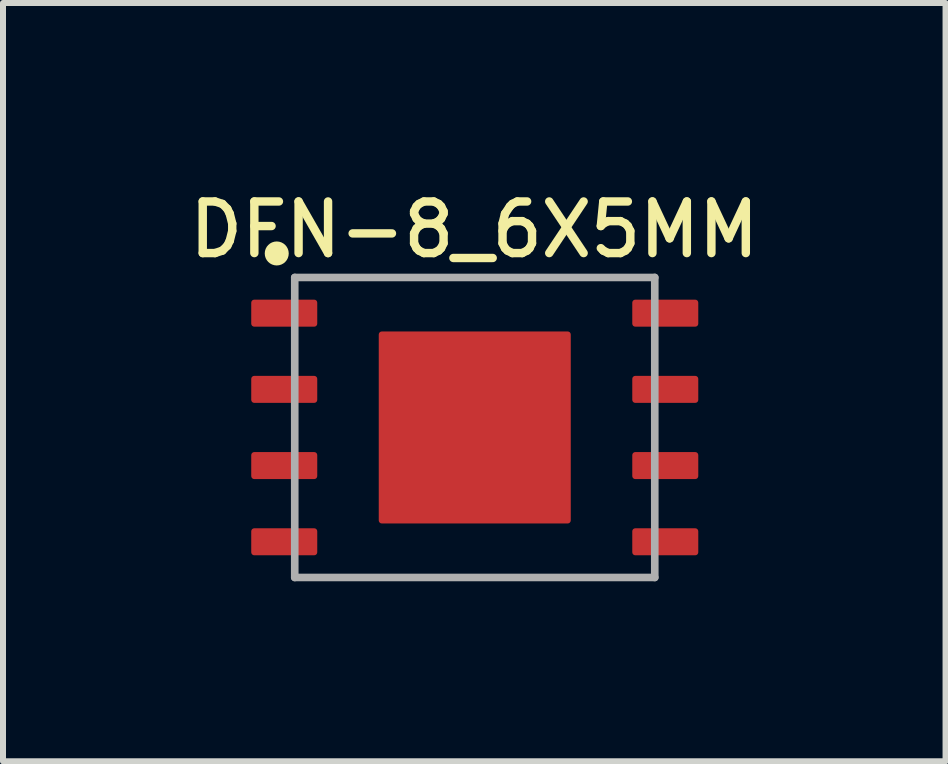
<source format=kicad_pcb>
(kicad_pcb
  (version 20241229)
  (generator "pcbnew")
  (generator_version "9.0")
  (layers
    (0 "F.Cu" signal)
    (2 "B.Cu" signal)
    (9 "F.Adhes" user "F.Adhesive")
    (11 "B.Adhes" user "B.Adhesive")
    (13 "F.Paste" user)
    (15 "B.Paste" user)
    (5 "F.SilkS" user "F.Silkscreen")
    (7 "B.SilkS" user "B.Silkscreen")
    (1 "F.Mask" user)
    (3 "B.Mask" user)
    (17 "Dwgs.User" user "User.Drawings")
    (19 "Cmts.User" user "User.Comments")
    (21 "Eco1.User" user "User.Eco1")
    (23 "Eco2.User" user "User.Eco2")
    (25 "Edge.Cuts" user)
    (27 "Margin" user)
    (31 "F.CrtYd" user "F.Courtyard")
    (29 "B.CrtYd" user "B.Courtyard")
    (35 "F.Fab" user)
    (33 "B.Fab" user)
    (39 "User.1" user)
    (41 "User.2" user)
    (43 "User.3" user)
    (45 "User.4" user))
  (footprint "DFN-8_6X5MM"
    (layer "F.Cu")
    (at 4.862 4.074)
    (property "Reference" "DFN-8_6X5MM" (at -0.008 -2.794 0) (layer "F.SilkS") (effects (font (size 0.86 0.86) (thickness 0.14)) (justify bottom)))
    (fp_circle (center -3.3 -2.9) (end -3.2 -2.9) (stroke (width 0.2) (type solid)) (fill no) (layer "F.SilkS"))
    (fp_line (start -3 -2.5) (end 3 -2.5) (stroke (width 0.127) (type solid)) (layer "F.Fab"))
    (fp_line (start -3 2.5) (end -3 -2.5) (stroke (width 0.127) (type solid)) (layer "F.Fab"))
    (fp_line (start 3 -2.5) (end 3 2.5) (stroke (width 0.127) (type solid)) (layer "F.Fab"))
    (fp_line (start 3 2.5) (end -3 2.5) (stroke (width 0.127) (type solid)) (layer "F.Fab"))
    (pad "1" smd roundrect (at -3.175 -1.905) (size 1.1 0.45) (layers "F.Cu" "F.Mask" "F.Paste") (roundrect_rratio 0.111))
    (pad "2" smd roundrect (at -3.175 -0.635) (size 1.1 0.45) (layers "F.Cu" "F.Mask" "F.Paste") (roundrect_rratio 0.111))
    (pad "3" smd roundrect (at -3.175 0.635) (size 1.1 0.45) (layers "F.Cu" "F.Mask" "F.Paste") (roundrect_rratio 0.111))
    (pad "4" smd roundrect (at -3.175 1.905) (size 1.1 0.45) (layers "F.Cu" "F.Mask" "F.Paste") (roundrect_rratio 0.111))
    (pad "5" smd roundrect (at 3.175 1.905) (size 1.1 0.45) (layers "F.Cu" "F.Mask" "F.Paste") (roundrect_rratio 0.111))
    (pad "6" smd roundrect (at 3.175 0.635) (size 1.1 0.45) (layers "F.Cu" "F.Mask" "F.Paste") (roundrect_rratio 0.111))
    (pad "7" smd roundrect (at 3.175 -0.635) (size 1.1 0.45) (layers "F.Cu" "F.Mask" "F.Paste") (roundrect_rratio 0.111))
    (pad "8" smd roundrect (at 3.175 -1.905) (size 1.1 0.45) (layers "F.Cu" "F.Mask" "F.Paste") (roundrect_rratio 0.111))
    (pad "PAD" smd roundrect (at 0 0) (size 3.2 3.2) (layers "F.Cu" "F.Mask" "F.Paste") (roundrect_rratio 0.016)))
  (gr_rect
    (start -3 -3)
    (end 12.708 9.637)
    (stroke (width 0.1) (type default))
    (fill no)
    (layer "Edge.Cuts")))
</source>
